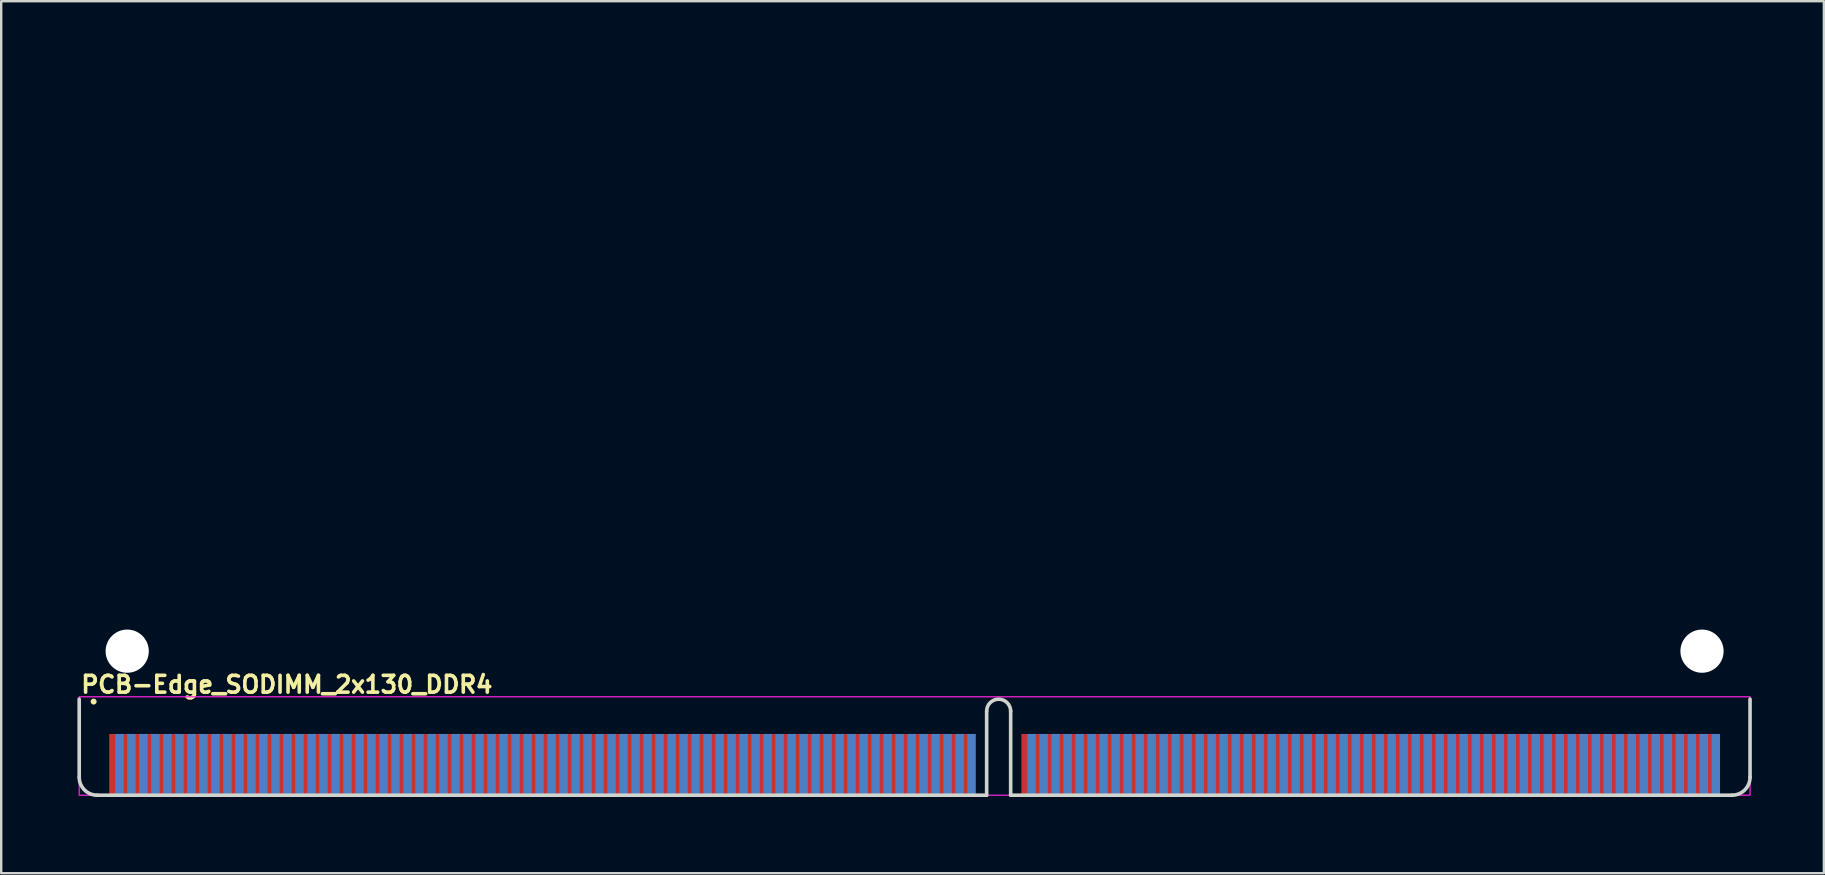
<source format=kicad_pcb>
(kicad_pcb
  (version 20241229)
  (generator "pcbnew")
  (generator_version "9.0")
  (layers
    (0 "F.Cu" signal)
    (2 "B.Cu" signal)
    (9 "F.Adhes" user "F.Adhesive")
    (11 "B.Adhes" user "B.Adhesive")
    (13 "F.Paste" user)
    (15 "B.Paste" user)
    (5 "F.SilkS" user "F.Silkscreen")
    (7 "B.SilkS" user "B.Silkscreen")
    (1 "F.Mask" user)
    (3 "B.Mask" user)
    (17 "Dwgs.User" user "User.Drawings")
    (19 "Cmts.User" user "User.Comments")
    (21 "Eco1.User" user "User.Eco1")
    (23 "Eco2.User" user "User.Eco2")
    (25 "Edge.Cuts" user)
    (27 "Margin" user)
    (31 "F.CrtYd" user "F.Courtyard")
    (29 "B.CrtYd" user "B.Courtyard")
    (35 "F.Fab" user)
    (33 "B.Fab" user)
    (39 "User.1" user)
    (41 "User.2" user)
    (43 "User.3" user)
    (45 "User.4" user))
  (footprint "PCB-Edge_SODIMM_2x130_DDR4"
    (layer "F.Cu")
    (at 0.25 30.075)
    (property "Reference" "PCB-Edge_SODIMM_2x130_DDR4" (at 0 -4.2 0) (layer "F.SilkS") (effects (font (size 0.7 0.7) (thickness 0.15)) (justify left bottom)))
    (attr exclude_from_pos_files exclude_from_bom)
    (fp_circle (center 0.6 -3.9) (end 0.65 -3.9) (stroke (width 0.15) (type solid)) (fill yes) (layer "F.SilkS"))
    (fp_line (start 0 -0.75) (end 0 -4) (stroke (width 0.15) (type solid)) (layer "Edge.Cuts"))
    (fp_line (start 0.75 0) (end 37.8 0) (stroke (width 0.15) (type solid)) (layer "Edge.Cuts"))
    (fp_line (start 37.8 0) (end 37.8 -3.5) (stroke (width 0.15) (type solid)) (layer "Edge.Cuts"))
    (fp_line (start 38.8 0) (end 38.8 -3.5) (stroke (width 0.15) (type solid)) (layer "Edge.Cuts"))
    (fp_line (start 38.8 0) (end 68.85 0) (stroke (width 0.15) (type solid)) (layer "Edge.Cuts"))
    (fp_line (start 69.6 -0.75) (end 69.6 -4) (stroke (width 0.15) (type solid)) (layer "Edge.Cuts"))
    (fp_arc (start 0.75 0) (mid 0.21967 -0.21967) (end 0 -0.75) (stroke (width 0.15) (type solid)) (layer "Edge.Cuts"))
    (fp_arc (start 37.8 -3.5) (mid 38.3 -4) (end 38.8 -3.5) (stroke (width 0.15) (type solid)) (layer "Edge.Cuts"))
    (fp_arc (start 69.6 -0.75) (mid 69.38033 -0.21967) (end 68.85 0) (stroke (width 0.15) (type solid)) (layer "Edge.Cuts"))
    (fp_rect (start 0 -4.1) (end 69.6 0) (stroke (width 0.05) (type solid)) (fill no) (layer "F.CrtYd"))
    (fp_rect (start 0 -30) (end 69.599 0) (stroke (width 0.15) (type solid)) (fill no) (layer "User.5"))
    (fp_line (start 0 -22) (end 0 -29.25) (stroke (width 0.15) (type solid)) (layer "User.9"))
    (fp_line (start 0 -18) (end 1.1 -18) (stroke (width 0.15) (type solid)) (layer "User.9"))
    (fp_line (start 0 -0.75) (end 0 -18) (stroke (width 0.15) (type solid)) (layer "User.9"))
    (fp_line (start 0.749 -30) (end 35.299 -30) (stroke (width 0.15) (type solid)) (layer "User.9"))
    (fp_line (start 0.749 0) (end 37.799 0) (stroke (width 0.15) (type solid)) (layer "User.9"))
    (fp_line (start 1.1 -22) (end 0 -22) (stroke (width 0.15) (type solid)) (layer "User.9"))
    (fp_line (start 1.749 -18.65) (end 1.749 -21.351) (stroke (width 0.15) (type solid)) (layer "User.9"))
    (fp_line (start 35.299 -25) (end 35.299 -30) (stroke (width 0.15) (type solid)) (layer "User.9"))
    (fp_line (start 37.799 0) (end 37.799 -3.5) (stroke (width 0.15) (type solid)) (layer "User.9"))
    (fp_line (start 38.799 0) (end 38.799 -3.5) (stroke (width 0.15) (type solid)) (layer "User.9"))
    (fp_line (start 38.799 0) (end 68.849 0) (stroke (width 0.15) (type solid)) (layer "User.9"))
    (fp_line (start 41.299 -30) (end 68.851 -30) (stroke (width 0.15) (type solid)) (layer "User.9"))
    (fp_line (start 41.299 -25) (end 41.299 -30) (stroke (width 0.15) (type solid)) (layer "User.9"))
    (fp_line (start 67.849 -18.65) (end 67.849 -21.351) (stroke (width 0.15) (type solid)) (layer "User.9"))
    (fp_line (start 68.499 -18) (end 69.599 -18) (stroke (width 0.15) (type solid)) (layer "User.9"))
    (fp_line (start 69.599 -22) (end 68.499 -22) (stroke (width 0.15) (type solid)) (layer "User.9"))
    (fp_line (start 69.599 -22) (end 69.6 -29.25) (stroke (width 0.15) (type solid)) (layer "User.9"))
    (fp_line (start 69.599 -0.75) (end 69.599 -18) (stroke (width 0.15) (type solid)) (layer "User.9"))
    (fp_arc (start 0 -29.25) (mid 0.219 -29.781) (end 0.749 -30) (stroke (width 0.15) (type solid)) (layer "User.9"))
    (fp_arc (start 0.749 0) (mid 0.219 -0.22) (end 0 -0.75) (stroke (width 0.15) (type solid)) (layer "User.9"))
    (fp_arc (start 1.1 -22) (mid 1.559 -21.81) (end 1.749 -21.351) (stroke (width 0.15) (type solid)) (layer "User.9"))
    (fp_arc (start 1.749 -18.65) (mid 1.559 -18.191) (end 1.1 -18) (stroke (width 0.15) (type solid)) (layer "User.9"))
    (fp_arc (start 37.799 -3.5) (mid 38.299 -4) (end 38.799 -3.5) (stroke (width 0.15) (type solid)) (layer "User.9"))
    (fp_arc (start 41.299 -25) (mid 38.299 -22) (end 35.299 -25) (stroke (width 0.15) (type solid)) (layer "User.9"))
    (fp_arc (start 67.849 -21.351) (mid 68.04 -21.81) (end 68.499 -22) (stroke (width 0.15) (type solid)) (layer "User.9"))
    (fp_arc (start 68.499 -18) (mid 68.04 -18.191) (end 67.849 -18.65) (stroke (width 0.15) (type solid)) (layer "User.9"))
    (fp_arc (start 68.851 -30) (mid 69.38 -29.78) (end 69.6 -29.25) (stroke (width 0.15) (type solid)) (layer "User.9"))
    (fp_arc (start 69.599 -0.75) (mid 69.38 -0.22) (end 68.849 0) (stroke (width 0.15) (type solid)) (layer "User.9"))
    (pad "" np_thru_hole circle (at 1.999 -6) (size 1.8 1.8) (drill 1.8) (layers "*.Cu" "*.Mask"))
    (pad "" np_thru_hole circle (at 67.599 -6) (size 1.8 1.8) (drill 1.8) (layers "*.Cu" "*.Mask"))
    (pad "1" smd rect (at 1.425 -1.301) (size 0.35 2.5) (layers "F.Cu" "F.Mask"))
    (pad "2" smd rect (at 1.675 -1.301) (size 0.35 2.5) (layers "B.Cu" "B.Mask"))
    (pad "3" smd rect (at 1.925 -1.301) (size 0.35 2.5) (layers "F.Cu" "F.Mask"))
    (pad "4" smd rect (at 2.173 -1.301) (size 0.35 2.5) (layers "B.Cu" "B.Mask"))
    (pad "5" smd rect (at 2.423 -1.301) (size 0.35 2.5) (layers "F.Cu" "F.Mask"))
    (pad "6" smd rect (at 2.673 -1.301) (size 0.35 2.5) (layers "B.Cu" "B.Mask"))
    (pad "7" smd rect (at 2.923 -1.301) (size 0.35 2.5) (layers "F.Cu" "F.Mask"))
    (pad "8" smd rect (at 3.173 -1.301) (size 0.35 2.5) (layers "B.Cu" "B.Mask"))
    (pad "9" smd rect (at 3.423 -1.301) (size 0.35 2.5) (layers "F.Cu" "F.Mask"))
    (pad "10" smd rect (at 3.673 -1.301) (size 0.35 2.5) (layers "B.Cu" "B.Mask"))
    (pad "11" smd rect (at 3.923 -1.301) (size 0.35 2.5) (layers "F.Cu" "F.Mask"))
    (pad "12" smd rect (at 4.174 -1.301) (size 0.35 2.5) (layers "B.Cu" "B.Mask"))
    (pad "13" smd rect (at 4.424 -1.301) (size 0.35 2.5) (layers "F.Cu" "F.Mask"))
    (pad "14" smd rect (at 4.674 -1.301) (size 0.35 2.5) (layers "B.Cu" "B.Mask"))
    (pad "15" smd rect (at 4.924 -1.301) (size 0.35 2.5) (layers "F.Cu" "F.Mask"))
    (pad "16" smd rect (at 5.174 -1.301) (size 0.35 2.5) (layers "B.Cu" "B.Mask"))
    (pad "17" smd rect (at 5.424 -1.301) (size 0.35 2.5) (layers "F.Cu" "F.Mask"))
    (pad "18" smd rect (at 5.674 -1.301) (size 0.35 2.5) (layers "B.Cu" "B.Mask"))
    (pad "19" smd rect (at 5.924 -1.301) (size 0.35 2.5) (layers "F.Cu" "F.Mask"))
    (pad "20" smd rect (at 6.174 -1.301) (size 0.35 2.5) (layers "B.Cu" "B.Mask"))
    (pad "21" smd rect (at 6.424 -1.301) (size 0.35 2.5) (layers "F.Cu" "F.Mask"))
    (pad "22" smd rect (at 6.674 -1.301) (size 0.35 2.5) (layers "B.Cu" "B.Mask"))
    (pad "23" smd rect (at 6.924 -1.301) (size 0.35 2.5) (layers "F.Cu" "F.Mask"))
    (pad "24" smd rect (at 7.174 -1.301) (size 0.35 2.5) (layers "B.Cu" "B.Mask"))
    (pad "25" smd rect (at 7.424 -1.301) (size 0.35 2.5) (layers "F.Cu" "F.Mask"))
    (pad "26" smd rect (at 7.674 -1.301) (size 0.35 2.5) (layers "B.Cu" "B.Mask"))
    (pad "27" smd rect (at 7.924 -1.301) (size 0.35 2.5) (layers "F.Cu" "F.Mask"))
    (pad "28" smd rect (at 8.175 -1.301) (size 0.35 2.5) (layers "B.Cu" "B.Mask"))
    (pad "29" smd rect (at 8.425 -1.301) (size 0.35 2.5) (layers "F.Cu" "F.Mask"))
    (pad "30" smd rect (at 8.675 -1.301) (size 0.35 2.5) (layers "B.Cu" "B.Mask"))
    (pad "31" smd rect (at 8.925 -1.301) (size 0.35 2.5) (layers "F.Cu" "F.Mask"))
    (pad "32" smd rect (at 9.175 -1.301) (size 0.35 2.5) (layers "B.Cu" "B.Mask"))
    (pad "33" smd rect (at 9.425 -1.301) (size 0.35 2.5) (layers "F.Cu" "F.Mask"))
    (pad "34" smd rect (at 9.675 -1.301) (size 0.35 2.5) (layers "B.Cu" "B.Mask"))
    (pad "35" smd rect (at 9.925 -1.301) (size 0.35 2.5) (layers "F.Cu" "F.Mask"))
    (pad "36" smd rect (at 10.175 -1.301) (size 0.35 2.5) (layers "B.Cu" "B.Mask"))
    (pad "37" smd rect (at 10.425 -1.301) (size 0.35 2.5) (layers "F.Cu" "F.Mask"))
    (pad "38" smd rect (at 10.675 -1.301) (size 0.35 2.5) (layers "B.Cu" "B.Mask"))
    (pad "39" smd rect (at 10.925 -1.301) (size 0.35 2.5) (layers "F.Cu" "F.Mask"))
    (pad "40" smd rect (at 11.175 -1.301) (size 0.35 2.5) (layers "B.Cu" "B.Mask"))
    (pad "41" smd rect (at 11.425 -1.301) (size 0.35 2.5) (layers "F.Cu" "F.Mask"))
    (pad "42" smd rect (at 11.675 -1.301) (size 0.35 2.5) (layers "B.Cu" "B.Mask"))
    (pad "43" smd rect (at 11.925 -1.301) (size 0.35 2.5) (layers "F.Cu" "F.Mask"))
    (pad "44" smd rect (at 12.175 -1.301) (size 0.35 2.5) (layers "B.Cu" "B.Mask"))
    (pad "45" smd rect (at 12.425 -1.301) (size 0.35 2.5) (layers "F.Cu" "F.Mask"))
    (pad "46" smd rect (at 12.675 -1.301) (size 0.35 2.5) (layers "B.Cu" "B.Mask"))
    (pad "47" smd rect (at 12.925 -1.301) (size 0.35 2.5) (layers "F.Cu" "F.Mask"))
    (pad "48" smd rect (at 13.175 -1.301) (size 0.35 2.5) (layers "B.Cu" "B.Mask"))
    (pad "49" smd rect (at 13.425 -1.301) (size 0.35 2.5) (layers "F.Cu" "F.Mask"))
    (pad "50" smd rect (at 13.675 -1.301) (size 0.35 2.5) (layers "B.Cu" "B.Mask"))
    (pad "51" smd rect (at 13.925 -1.301) (size 0.35 2.5) (layers "F.Cu" "F.Mask"))
    (pad "52" smd rect (at 14.175 -1.301) (size 0.35 2.5) (layers "B.Cu" "B.Mask"))
    (pad "53" smd rect (at 14.425 -1.301) (size 0.35 2.5) (layers "F.Cu" "F.Mask"))
    (pad "54" smd rect (at 14.675 -1.301) (size 0.35 2.5) (layers "B.Cu" "B.Mask"))
    (pad "55" smd rect (at 14.925 -1.301) (size 0.35 2.5) (layers "F.Cu" "F.Mask"))
    (pad "56" smd rect (at 15.175 -1.301) (size 0.35 2.5) (layers "B.Cu" "B.Mask"))
    (pad "57" smd rect (at 15.425 -1.301) (size 0.35 2.5) (layers "F.Cu" "F.Mask"))
    (pad "58" smd rect (at 15.675 -1.301) (size 0.35 2.5) (layers "B.Cu" "B.Mask"))
    (pad "59" smd rect (at 15.925 -1.301) (size 0.35 2.5) (layers "F.Cu" "F.Mask"))
    (pad "60" smd rect (at 16.175 -1.301) (size 0.35 2.5) (layers "B.Cu" "B.Mask"))
    (pad "61" smd rect (at 16.425 -1.301) (size 0.35 2.5) (layers "F.Cu" "F.Mask"))
    (pad "62" smd rect (at 16.675 -1.301) (size 0.35 2.5) (layers "B.Cu" "B.Mask"))
    (pad "63" smd rect (at 16.925 -1.301) (size 0.35 2.5) (layers "F.Cu" "F.Mask"))
    (pad "64" smd rect (at 17.175 -1.301) (size 0.35 2.5) (layers "B.Cu" "B.Mask"))
    (pad "65" smd rect (at 17.425 -1.301) (size 0.35 2.5) (layers "F.Cu" "F.Mask"))
    (pad "66" smd rect (at 17.675 -1.301) (size 0.35 2.5) (layers "B.Cu" "B.Mask"))
    (pad "67" smd rect (at 17.925 -1.301) (size 0.35 2.5) (layers "F.Cu" "F.Mask"))
    (pad "68" smd rect (at 18.175 -1.301) (size 0.35 2.5) (layers "B.Cu" "B.Mask"))
    (pad "69" smd rect (at 18.425 -1.301) (size 0.35 2.5) (layers "F.Cu" "F.Mask"))
    (pad "70" smd rect (at 18.675 -1.301) (size 0.35 2.5) (layers "B.Cu" "B.Mask"))
    (pad "71" smd rect (at 18.925 -1.301) (size 0.35 2.5) (layers "F.Cu" "F.Mask"))
    (pad "72" smd rect (at 19.175 -1.301) (size 0.35 2.5) (layers "B.Cu" "B.Mask"))
    (pad "73" smd rect (at 19.425 -1.301) (size 0.35 2.5) (layers "F.Cu" "F.Mask"))
    (pad "74" smd rect (at 19.675 -1.301) (size 0.35 2.5) (layers "B.Cu" "B.Mask"))
    (pad "75" smd rect (at 19.925 -1.301) (size 0.35 2.5) (layers "F.Cu" "F.Mask"))
    (pad "76" smd rect (at 20.175 -1.301) (size 0.35 2.5) (layers "B.Cu" "B.Mask"))
    (pad "77" smd rect (at 20.425 -1.301) (size 0.35 2.5) (layers "F.Cu" "F.Mask"))
    (pad "78" smd rect (at 20.675 -1.301) (size 0.35 2.5) (layers "B.Cu" "B.Mask"))
    (pad "79" smd rect (at 20.925 -1.301) (size 0.35 2.5) (layers "F.Cu" "F.Mask"))
    (pad "80" smd rect (at 21.175 -1.301) (size 0.35 2.5) (layers "B.Cu" "B.Mask"))
    (pad "81" smd rect (at 21.425 -1.301) (size 0.35 2.5) (layers "F.Cu" "F.Mask"))
    (pad "82" smd rect (at 21.675 -1.301) (size 0.35 2.5) (layers "B.Cu" "B.Mask"))
    (pad "83" smd rect (at 21.925 -1.301) (size 0.35 2.5) (layers "F.Cu" "F.Mask"))
    (pad "84" smd rect (at 22.175 -1.301) (size 0.35 2.5) (layers "B.Cu" "B.Mask"))
    (pad "85" smd rect (at 22.425 -1.301) (size 0.35 2.5) (layers "F.Cu" "F.Mask"))
    (pad "86" smd rect (at 22.675 -1.301) (size 0.35 2.5) (layers "B.Cu" "B.Mask"))
    (pad "87" smd rect (at 22.925 -1.301) (size 0.35 2.5) (layers "F.Cu" "F.Mask"))
    (pad "88" smd rect (at 23.175 -1.301) (size 0.35 2.5) (layers "B.Cu" "B.Mask"))
    (pad "89" smd rect (at 23.425 -1.301) (size 0.35 2.5) (layers "F.Cu" "F.Mask"))
    (pad "90" smd rect (at 23.675 -1.301) (size 0.35 2.5) (layers "B.Cu" "B.Mask"))
    (pad "91" smd rect (at 23.925 -1.301) (size 0.35 2.5) (layers "F.Cu" "F.Mask"))
    (pad "92" smd rect (at 24.175 -1.301) (size 0.35 2.5) (layers "B.Cu" "B.Mask"))
    (pad "93" smd rect (at 24.425 -1.301) (size 0.35 2.5) (layers "F.Cu" "F.Mask"))
    (pad "94" smd rect (at 24.675 -1.301) (size 0.35 2.5) (layers "B.Cu" "B.Mask"))
    (pad "95" smd rect (at 24.925 -1.301) (size 0.35 2.5) (layers "F.Cu" "F.Mask"))
    (pad "96" smd rect (at 25.175 -1.301) (size 0.35 2.5) (layers "B.Cu" "B.Mask"))
    (pad "97" smd rect (at 25.425 -1.301) (size 0.35 2.5) (layers "F.Cu" "F.Mask"))
    (pad "98" smd rect (at 25.675 -1.301) (size 0.35 2.5) (layers "B.Cu" "B.Mask"))
    (pad "99" smd rect (at 25.925 -1.301) (size 0.35 2.5) (layers "F.Cu" "F.Mask"))
    (pad "100" smd rect (at 26.175 -1.301) (size 0.35 2.5) (layers "B.Cu" "B.Mask"))
    (pad "101" smd rect (at 26.425 -1.301) (size 0.35 2.5) (layers "F.Cu" "F.Mask"))
    (pad "102" smd rect (at 26.675 -1.301) (size 0.35 2.5) (layers "B.Cu" "B.Mask"))
    (pad "103" smd rect (at 26.925 -1.301) (size 0.35 2.5) (layers "F.Cu" "F.Mask"))
    (pad "104" smd rect (at 27.175 -1.301) (size 0.35 2.5) (layers "B.Cu" "B.Mask"))
    (pad "105" smd rect (at 27.425 -1.301) (size 0.35 2.5) (layers "F.Cu" "F.Mask"))
    (pad "106" smd rect (at 27.675 -1.301) (size 0.35 2.5) (layers "B.Cu" "B.Mask"))
    (pad "107" smd rect (at 27.925 -1.301) (size 0.35 2.5) (layers "F.Cu" "F.Mask"))
    (pad "108" smd rect (at 28.175 -1.301) (size 0.35 2.5) (layers "B.Cu" "B.Mask"))
    (pad "109" smd rect (at 28.425 -1.301) (size 0.35 2.5) (layers "F.Cu" "F.Mask"))
    (pad "110" smd rect (at 28.675 -1.301) (size 0.35 2.5) (layers "B.Cu" "B.Mask"))
    (pad "111" smd rect (at 28.925 -1.301) (size 0.35 2.5) (layers "F.Cu" "F.Mask"))
    (pad "112" smd rect (at 29.175 -1.301) (size 0.35 2.5) (layers "B.Cu" "B.Mask"))
    (pad "113" smd rect (at 29.425 -1.301) (size 0.35 2.5) (layers "F.Cu" "F.Mask"))
    (pad "114" smd rect (at 29.675 -1.301) (size 0.35 2.5) (layers "B.Cu" "B.Mask"))
    (pad "115" smd rect (at 29.925 -1.301) (size 0.35 2.5) (layers "F.Cu" "F.Mask"))
    (pad "116" smd rect (at 30.175 -1.301) (size 0.35 2.5) (layers "B.Cu" "B.Mask"))
    (pad "117" smd rect (at 30.425 -1.301) (size 0.35 2.5) (layers "F.Cu" "F.Mask"))
    (pad "118" smd rect (at 30.675 -1.301) (size 0.35 2.5) (layers "B.Cu" "B.Mask"))
    (pad "119" smd rect (at 30.925 -1.301) (size 0.35 2.5) (layers "F.Cu" "F.Mask"))
    (pad "120" smd rect (at 31.175 -1.301) (size 0.35 2.5) (layers "B.Cu" "B.Mask"))
    (pad "121" smd rect (at 31.425 -1.301) (size 0.35 2.5) (layers "F.Cu" "F.Mask"))
    (pad "122" smd rect (at 31.675 -1.301) (size 0.35 2.5) (layers "B.Cu" "B.Mask"))
    (pad "123" smd rect (at 31.925 -1.301) (size 0.35 2.5) (layers "F.Cu" "F.Mask"))
    (pad "124" smd rect (at 32.173 -1.301) (size 0.35 2.5) (layers "B.Cu" "B.Mask"))
    (pad "125" smd rect (at 32.423 -1.301) (size 0.35 2.5) (layers "F.Cu" "F.Mask"))
    (pad "126" smd rect (at 32.673 -1.301) (size 0.35 2.5) (layers "B.Cu" "B.Mask"))
    (pad "127" smd rect (at 32.923 -1.301) (size 0.35 2.5) (layers "F.Cu" "F.Mask"))
    (pad "128" smd rect (at 33.173 -1.301) (size 0.35 2.5) (layers "B.Cu" "B.Mask"))
    (pad "129" smd rect (at 33.423 -1.301) (size 0.35 2.5) (layers "F.Cu" "F.Mask"))
    (pad "130" smd rect (at 33.673 -1.301) (size 0.35 2.5) (layers "B.Cu" "B.Mask"))
    (pad "131" smd rect (at 33.923 -1.301) (size 0.35 2.5) (layers "F.Cu" "F.Mask"))
    (pad "132" smd rect (at 34.173 -1.301) (size 0.35 2.5) (layers "B.Cu" "B.Mask"))
    (pad "133" smd rect (at 34.423 -1.301) (size 0.35 2.5) (layers "F.Cu" "F.Mask"))
    (pad "134" smd rect (at 34.673 -1.301) (size 0.35 2.5) (layers "B.Cu" "B.Mask"))
    (pad "135" smd rect (at 34.923 -1.301) (size 0.35 2.5) (layers "F.Cu" "F.Mask"))
    (pad "136" smd rect (at 35.173 -1.301) (size 0.35 2.5) (layers "B.Cu" "B.Mask"))
    (pad "137" smd rect (at 35.423 -1.301) (size 0.35 2.5) (layers "F.Cu" "F.Mask"))
    (pad "138" smd rect (at 35.673 -1.301) (size 0.35 2.5) (layers "B.Cu" "B.Mask"))
    (pad "139" smd rect (at 35.923 -1.301) (size 0.35 2.5) (layers "F.Cu" "F.Mask"))
    (pad "140" smd rect (at 36.173 -1.301) (size 0.35 2.5) (layers "B.Cu" "B.Mask"))
    (pad "141" smd rect (at 36.423 -1.301) (size 0.35 2.5) (layers "F.Cu" "F.Mask"))
    (pad "142" smd rect (at 36.673 -1.301) (size 0.35 2.5) (layers "B.Cu" "B.Mask"))
    (pad "143" smd rect (at 36.923 -1.301) (size 0.35 2.5) (layers "F.Cu" "F.Mask"))
    (pad "144" smd rect (at 37.173 -1.301) (size 0.35 2.5) (layers "B.Cu" "B.Mask"))
    (pad "145" smd rect (at 39.423 -1.301) (size 0.35 2.5) (layers "F.Cu" "F.Mask"))
    (pad "146" smd rect (at 39.673 -1.301) (size 0.35 2.5) (layers "B.Cu" "B.Mask"))
    (pad "147" smd rect (at 39.923 -1.301) (size 0.35 2.5) (layers "F.Cu" "F.Mask"))
    (pad "148" smd rect (at 40.173 -1.301) (size 0.35 2.5) (layers "B.Cu" "B.Mask"))
    (pad "149" smd rect (at 40.423 -1.301) (size 0.35 2.5) (layers "F.Cu" "F.Mask"))
    (pad "150" smd rect (at 40.673 -1.301) (size 0.35 2.5) (layers "B.Cu" "B.Mask"))
    (pad "151" smd rect (at 40.923 -1.301) (size 0.35 2.5) (layers "F.Cu" "F.Mask"))
    (pad "152" smd rect (at 41.173 -1.301) (size 0.35 2.5) (layers "B.Cu" "B.Mask"))
    (pad "153" smd rect (at 41.423 -1.301) (size 0.35 2.5) (layers "F.Cu" "F.Mask"))
    (pad "154" smd rect (at 41.673 -1.301) (size 0.35 2.5) (layers "B.Cu" "B.Mask"))
    (pad "155" smd rect (at 41.923 -1.301) (size 0.35 2.5) (layers "F.Cu" "F.Mask"))
    (pad "156" smd rect (at 42.173 -1.301) (size 0.35 2.5) (layers "B.Cu" "B.Mask"))
    (pad "157" smd rect (at 42.423 -1.301) (size 0.35 2.5) (layers "F.Cu" "F.Mask"))
    (pad "158" smd rect (at 42.673 -1.301) (size 0.35 2.5) (layers "B.Cu" "B.Mask"))
    (pad "159" smd rect (at 42.923 -1.301) (size 0.35 2.5) (layers "F.Cu" "F.Mask"))
    (pad "160" smd rect (at 43.173 -1.301) (size 0.35 2.5) (layers "B.Cu" "B.Mask"))
    (pad "161" smd rect (at 43.423 -1.301) (size 0.35 2.5) (layers "F.Cu" "F.Mask"))
    (pad "162" smd rect (at 43.673 -1.301) (size 0.35 2.5) (layers "B.Cu" "B.Mask"))
    (pad "163" smd rect (at 43.923 -1.301) (size 0.35 2.5) (layers "F.Cu" "F.Mask"))
    (pad "164" smd rect (at 44.173 -1.301) (size 0.35 2.5) (layers "B.Cu" "B.Mask"))
    (pad "165" smd rect (at 44.423 -1.301) (size 0.35 2.5) (layers "F.Cu" "F.Mask"))
    (pad "166" smd rect (at 44.673 -1.301) (size 0.35 2.5) (layers "B.Cu" "B.Mask"))
    (pad "167" smd rect (at 44.923 -1.301) (size 0.35 2.5) (layers "F.Cu" "F.Mask"))
    (pad "168" smd rect (at 45.173 -1.301) (size 0.35 2.5) (layers "B.Cu" "B.Mask"))
    (pad "169" smd rect (at 45.423 -1.301) (size 0.35 2.5) (layers "F.Cu" "F.Mask"))
    (pad "170" smd rect (at 45.673 -1.301) (size 0.35 2.5) (layers "B.Cu" "B.Mask"))
    (pad "171" smd rect (at 45.923 -1.301) (size 0.35 2.5) (layers "F.Cu" "F.Mask"))
    (pad "172" smd rect (at 46.173 -1.301) (size 0.35 2.5) (layers "B.Cu" "B.Mask"))
    (pad "173" smd rect (at 46.423 -1.301) (size 0.35 2.5) (layers "F.Cu" "F.Mask"))
    (pad "174" smd rect (at 46.673 -1.301) (size 0.35 2.5) (layers "B.Cu" "B.Mask"))
    (pad "175" smd rect (at 46.923 -1.301) (size 0.35 2.5) (layers "F.Cu" "F.Mask"))
    (pad "176" smd rect (at 47.173 -1.301) (size 0.35 2.5) (layers "B.Cu" "B.Mask"))
    (pad "177" smd rect (at 47.423 -1.301) (size 0.35 2.5) (layers "F.Cu" "F.Mask"))
    (pad "178" smd rect (at 47.673 -1.301) (size 0.35 2.5) (layers "B.Cu" "B.Mask"))
    (pad "179" smd rect (at 47.923 -1.301) (size 0.35 2.5) (layers "F.Cu" "F.Mask"))
    (pad "180" smd rect (at 48.173 -1.301) (size 0.35 2.5) (layers "B.Cu" "B.Mask"))
    (pad "181" smd rect (at 48.423 -1.301) (size 0.35 2.5) (layers "F.Cu" "F.Mask"))
    (pad "182" smd rect (at 48.673 -1.301) (size 0.35 2.5) (layers "B.Cu" "B.Mask"))
    (pad "183" smd rect (at 48.923 -1.301) (size 0.35 2.5) (layers "F.Cu" "F.Mask"))
    (pad "184" smd rect (at 49.173 -1.301) (size 0.35 2.5) (layers "B.Cu" "B.Mask"))
    (pad "185" smd rect (at 49.423 -1.301) (size 0.35 2.5) (layers "F.Cu" "F.Mask"))
    (pad "186" smd rect (at 49.673 -1.301) (size 0.35 2.5) (layers "B.Cu" "B.Mask"))
    (pad "187" smd rect (at 49.923 -1.301) (size 0.35 2.5) (layers "F.Cu" "F.Mask"))
    (pad "188" smd rect (at 50.173 -1.301) (size 0.35 2.5) (layers "B.Cu" "B.Mask"))
    (pad "189" smd rect (at 50.423 -1.301) (size 0.35 2.5) (layers "F.Cu" "F.Mask"))
    (pad "190" smd rect (at 50.673 -1.301) (size 0.35 2.5) (layers "B.Cu" "B.Mask"))
    (pad "191" smd rect (at 50.923 -1.301) (size 0.35 2.5) (layers "F.Cu" "F.Mask"))
    (pad "192" smd rect (at 51.173 -1.301) (size 0.35 2.5) (layers "B.Cu" "B.Mask"))
    (pad "193" smd rect (at 51.423 -1.301) (size 0.35 2.5) (layers "F.Cu" "F.Mask"))
    (pad "194" smd rect (at 51.673 -1.301) (size 0.35 2.5) (layers "B.Cu" "B.Mask"))
    (pad "195" smd rect (at 51.923 -1.301) (size 0.35 2.5) (layers "F.Cu" "F.Mask"))
    (pad "196" smd rect (at 52.173 -1.301) (size 0.35 2.5) (layers "B.Cu" "B.Mask"))
    (pad "197" smd rect (at 52.423 -1.301) (size 0.35 2.5) (layers "F.Cu" "F.Mask"))
    (pad "198" smd rect (at 52.673 -1.301) (size 0.35 2.5) (layers "B.Cu" "B.Mask"))
    (pad "199" smd rect (at 52.923 -1.301) (size 0.35 2.5) (layers "F.Cu" "F.Mask"))
    (pad "200" smd rect (at 53.173 -1.301) (size 0.35 2.5) (layers "B.Cu" "B.Mask"))
    (pad "201" smd rect (at 53.423 -1.301) (size 0.35 2.5) (layers "F.Cu" "F.Mask"))
    (pad "202" smd rect (at 53.673 -1.301) (size 0.35 2.5) (layers "B.Cu" "B.Mask"))
    (pad "203" smd rect (at 53.923 -1.301) (size 0.35 2.5) (layers "F.Cu" "F.Mask"))
    (pad "204" smd rect (at 54.173 -1.301) (size 0.35 2.5) (layers "B.Cu" "B.Mask"))
    (pad "205" smd rect (at 54.423 -1.301) (size 0.35 2.5) (layers "F.Cu" "F.Mask"))
    (pad "206" smd rect (at 54.673 -1.301) (size 0.35 2.5) (layers "B.Cu" "B.Mask"))
    (pad "207" smd rect (at 54.923 -1.301) (size 0.35 2.5) (layers "F.Cu" "F.Mask"))
    (pad "208" smd rect (at 55.173 -1.301) (size 0.35 2.5) (layers "B.Cu" "B.Mask"))
    (pad "209" smd rect (at 55.423 -1.301) (size 0.35 2.5) (layers "F.Cu" "F.Mask"))
    (pad "210" smd rect (at 55.673 -1.301) (size 0.35 2.5) (layers "B.Cu" "B.Mask"))
    (pad "211" smd rect (at 55.923 -1.301) (size 0.35 2.5) (layers "F.Cu" "F.Mask"))
    (pad "212" smd rect (at 56.173 -1.301) (size 0.35 2.5) (layers "B.Cu" "B.Mask"))
    (pad "213" smd rect (at 56.423 -1.301) (size 0.35 2.5) (layers "F.Cu" "F.Mask"))
    (pad "214" smd rect (at 56.673 -1.301) (size 0.35 2.5) (layers "B.Cu" "B.Mask"))
    (pad "215" smd rect (at 56.923 -1.301) (size 0.35 2.5) (layers "F.Cu" "F.Mask"))
    (pad "216" smd rect (at 57.173 -1.301) (size 0.35 2.5) (layers "B.Cu" "B.Mask"))
    (pad "217" smd rect (at 57.423 -1.301) (size 0.35 2.5) (layers "F.Cu" "F.Mask"))
    (pad "218" smd rect (at 57.673 -1.301) (size 0.35 2.5) (layers "B.Cu" "B.Mask"))
    (pad "219" smd rect (at 57.923 -1.301) (size 0.35 2.5) (layers "F.Cu" "F.Mask"))
    (pad "220" smd rect (at 58.173 -1.301) (size 0.35 2.5) (layers "B.Cu" "B.Mask"))
    (pad "221" smd rect (at 58.423 -1.301) (size 0.35 2.5) (layers "F.Cu" "F.Mask"))
    (pad "222" smd rect (at 58.673 -1.301) (size 0.35 2.5) (layers "B.Cu" "B.Mask"))
    (pad "223" smd rect (at 58.923 -1.301) (size 0.35 2.5) (layers "F.Cu" "F.Mask"))
    (pad "224" smd rect (at 59.173 -1.301) (size 0.35 2.5) (layers "B.Cu" "B.Mask"))
    (pad "225" smd rect (at 59.423 -1.301) (size 0.35 2.5) (layers "F.Cu" "F.Mask"))
    (pad "226" smd rect (at 59.673 -1.301) (size 0.35 2.5) (layers "B.Cu" "B.Mask"))
    (pad "227" smd rect (at 59.923 -1.301) (size 0.35 2.5) (layers "F.Cu" "F.Mask"))
    (pad "228" smd rect (at 60.173 -1.301) (size 0.35 2.5) (layers "B.Cu" "B.Mask"))
    (pad "229" smd rect (at 60.423 -1.301) (size 0.35 2.5) (layers "F.Cu" "F.Mask"))
    (pad "230" smd rect (at 60.673 -1.301) (size 0.35 2.5) (layers "B.Cu" "B.Mask"))
    (pad "231" smd rect (at 60.923 -1.301) (size 0.35 2.5) (layers "F.Cu" "F.Mask"))
    (pad "232" smd rect (at 61.173 -1.301) (size 0.35 2.5) (layers "B.Cu" "B.Mask"))
    (pad "233" smd rect (at 61.423 -1.301) (size 0.35 2.5) (layers "F.Cu" "F.Mask"))
    (pad "234" smd rect (at 61.673 -1.301) (size 0.35 2.5) (layers "B.Cu" "B.Mask"))
    (pad "235" smd rect (at 61.923 -1.301) (size 0.35 2.5) (layers "F.Cu" "F.Mask"))
    (pad "236" smd rect (at 62.173 -1.301) (size 0.35 2.5) (layers "B.Cu" "B.Mask"))
    (pad "237" smd rect (at 62.423 -1.301) (size 0.35 2.5) (layers "F.Cu" "F.Mask"))
    (pad "238" smd rect (at 62.673 -1.301) (size 0.35 2.5) (layers "B.Cu" "B.Mask"))
    (pad "239" smd rect (at 62.923 -1.301) (size 0.35 2.5) (layers "F.Cu" "F.Mask"))
    (pad "240" smd rect (at 63.173 -1.301) (size 0.35 2.5) (layers "B.Cu" "B.Mask"))
    (pad "241" smd rect (at 63.423 -1.301) (size 0.35 2.5) (layers "F.Cu" "F.Mask"))
    (pad "242" smd rect (at 63.673 -1.301) (size 0.35 2.5) (layers "B.Cu" "B.Mask"))
    (pad "243" smd rect (at 63.923 -1.301) (size 0.35 2.5) (layers "F.Cu" "F.Mask"))
    (pad "244" smd rect (at 64.174 -1.301) (size 0.35 2.5) (layers "B.Cu" "B.Mask"))
    (pad "245" smd rect (at 64.424 -1.301) (size 0.35 2.5) (layers "F.Cu" "F.Mask"))
    (pad "246" smd rect (at 64.674 -1.301) (size 0.35 2.5) (layers "B.Cu" "B.Mask"))
    (pad "247" smd rect (at 64.924 -1.301) (size 0.35 2.5) (layers "F.Cu" "F.Mask"))
    (pad "248" smd rect (at 65.174 -1.301) (size 0.35 2.5) (layers "B.Cu" "B.Mask"))
    (pad "249" smd rect (at 65.424 -1.301) (size 0.35 2.5) (layers "F.Cu" "F.Mask"))
    (pad "250" smd rect (at 65.674 -1.301) (size 0.35 2.5) (layers "B.Cu" "B.Mask"))
    (pad "251" smd rect (at 65.924 -1.301) (size 0.35 2.5) (layers "F.Cu" "F.Mask"))
    (pad "252" smd rect (at 66.174 -1.301) (size 0.35 2.5) (layers "B.Cu" "B.Mask"))
    (pad "253" smd rect (at 66.424 -1.301) (size 0.35 2.5) (layers "F.Cu" "F.Mask"))
    (pad "254" smd rect (at 66.674 -1.301) (size 0.35 2.5) (layers "B.Cu" "B.Mask"))
    (pad "255" smd rect (at 66.924 -1.301) (size 0.35 2.5) (layers "F.Cu" "F.Mask"))
    (pad "256" smd rect (at 67.174 -1.301) (size 0.35 2.5) (layers "B.Cu" "B.Mask"))
    (pad "257" smd rect (at 67.424 -1.301) (size 0.35 2.5) (layers "F.Cu" "F.Mask"))
    (pad "258" smd rect (at 67.674 -1.301) (size 0.35 2.5) (layers "B.Cu" "B.Mask"))
    (pad "259" smd rect (at 67.924 -1.301) (size 0.35 2.5) (layers "F.Cu" "F.Mask"))
    (pad "260" smd rect (at 68.174 -1.301) (size 0.35 2.5) (layers "B.Cu" "B.Mask")))
  (gr_rect
    (start -3 -3)
    (end 72.925 33.325)
    (stroke (width 0.1) (type default))
    (fill no)
    (layer "Edge.Cuts")))
</source>
